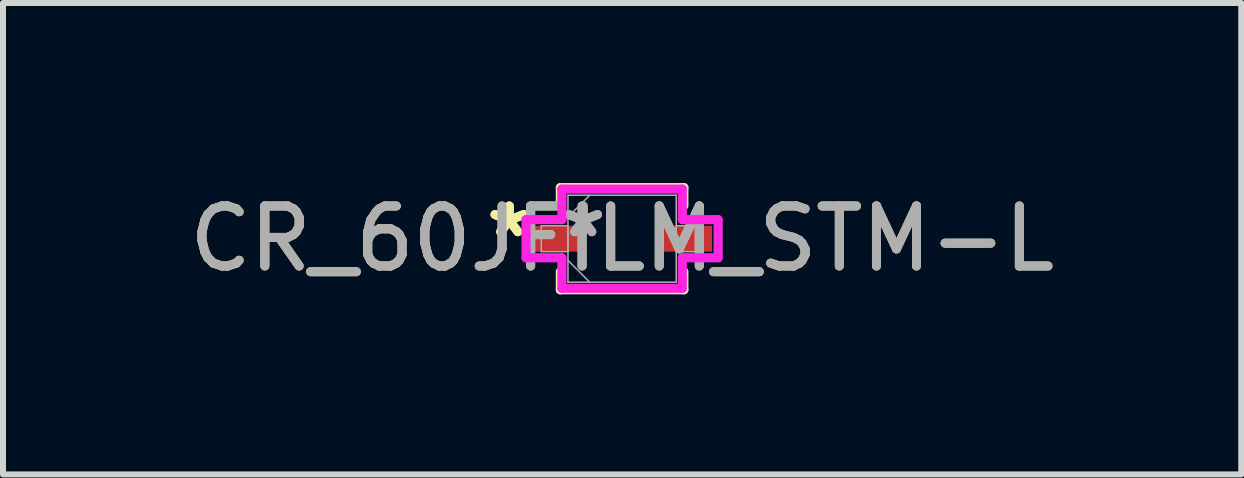
<source format=kicad_pcb>
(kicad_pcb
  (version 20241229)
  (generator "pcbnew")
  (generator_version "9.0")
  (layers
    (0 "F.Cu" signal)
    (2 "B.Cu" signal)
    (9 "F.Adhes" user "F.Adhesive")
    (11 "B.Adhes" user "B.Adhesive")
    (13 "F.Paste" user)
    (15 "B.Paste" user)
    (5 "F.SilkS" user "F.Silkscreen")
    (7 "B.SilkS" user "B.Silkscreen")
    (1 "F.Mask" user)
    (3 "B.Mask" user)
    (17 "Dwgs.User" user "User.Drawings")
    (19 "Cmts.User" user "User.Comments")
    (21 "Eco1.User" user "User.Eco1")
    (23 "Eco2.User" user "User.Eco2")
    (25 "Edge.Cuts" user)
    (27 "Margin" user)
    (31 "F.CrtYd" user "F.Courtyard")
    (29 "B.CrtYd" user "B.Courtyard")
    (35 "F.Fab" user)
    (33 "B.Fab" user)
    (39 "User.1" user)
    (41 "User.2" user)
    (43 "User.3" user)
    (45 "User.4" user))
  (footprint "CR_60JFILM_STM-L"
    (layer "F.Cu")
    (at 7.315 0.927)
    (property "Reference" "CR_60JFILM_STM-L" (at 0 0 0) (unlocked yes) (layer "F.SilkS") (effects (font (size 1 1) (thickness 0.15))))
    (attr smd)
    (fp_line (start -1.029 -0.851) (end -1.029 -0.549) (stroke (width 0.152) (type solid)) (layer "F.SilkS"))
    (fp_line (start -1.029 0.549) (end -1.029 0.851) (stroke (width 0.152) (type solid)) (layer "F.SilkS"))
    (fp_line (start -1.029 0.851) (end 1.029 0.851) (stroke (width 0.152) (type solid)) (layer "F.SilkS"))
    (fp_line (start 1.029 -0.851) (end -1.029 -0.851) (stroke (width 0.152) (type solid)) (layer "F.SilkS"))
    (fp_line (start 1.029 -0.549) (end 1.029 -0.851) (stroke (width 0.152) (type solid)) (layer "F.SilkS"))
    (fp_line (start 1.029 0.851) (end 1.029 0.549) (stroke (width 0.152) (type solid)) (layer "F.SilkS"))
    (fp_line (start -1.6 -0.318) (end -1.003 -0.318) (stroke (width 0.152) (type solid)) (layer "F.CrtYd"))
    (fp_line (start -1.6 0.318) (end -1.6 -0.318) (stroke (width 0.152) (type solid)) (layer "F.CrtYd"))
    (fp_line (start -1.003 -0.826) (end 1.003 -0.826) (stroke (width 0.152) (type solid)) (layer "F.CrtYd"))
    (fp_line (start -1.003 -0.318) (end -1.003 -0.826) (stroke (width 0.152) (type solid)) (layer "F.CrtYd"))
    (fp_line (start -1.003 0.318) (end -1.6 0.318) (stroke (width 0.152) (type solid)) (layer "F.CrtYd"))
    (fp_line (start -1.003 0.826) (end -1.003 0.318) (stroke (width 0.152) (type solid)) (layer "F.CrtYd"))
    (fp_line (start 1.003 -0.826) (end 1.003 -0.318) (stroke (width 0.152) (type solid)) (layer "F.CrtYd"))
    (fp_line (start 1.003 -0.318) (end 1.6 -0.318) (stroke (width 0.152) (type solid)) (layer "F.CrtYd"))
    (fp_line (start 1.003 0.318) (end 1.003 0.826) (stroke (width 0.152) (type solid)) (layer "F.CrtYd"))
    (fp_line (start 1.003 0.826) (end -1.003 0.826) (stroke (width 0.152) (type solid)) (layer "F.CrtYd"))
    (fp_line (start 1.6 -0.318) (end 1.6 0.318) (stroke (width 0.152) (type solid)) (layer "F.CrtYd"))
    (fp_line (start 1.6 0.318) (end 1.003 0.318) (stroke (width 0.152) (type solid)) (layer "F.CrtYd"))
    (fp_line (start -1.346 -0.216) (end -1.346 0.216) (stroke (width 0.025) (type solid)) (layer "F.Fab"))
    (fp_line (start -1.346 0.216) (end -0.902 0.216) (stroke (width 0.025) (type solid)) (layer "F.Fab"))
    (fp_line (start -0.902 -0.724) (end -0.902 0.724) (stroke (width 0.025) (type solid)) (layer "F.Fab"))
    (fp_line (start -0.902 -0.362) (end -0.54 -0.724) (stroke (width 0.025) (type solid)) (layer "F.Fab"))
    (fp_line (start -0.902 -0.216) (end -1.346 -0.216) (stroke (width 0.025) (type solid)) (layer "F.Fab"))
    (fp_line (start -0.902 0.216) (end -0.902 -0.216) (stroke (width 0.025) (type solid)) (layer "F.Fab"))
    (fp_line (start -0.902 0.362) (end -0.54 0.724) (stroke (width 0.025) (type solid)) (layer "F.Fab"))
    (fp_line (start -0.902 0.724) (end 0.902 0.724) (stroke (width 0.025) (type solid)) (layer "F.Fab"))
    (fp_line (start 0.902 -0.724) (end -0.902 -0.724) (stroke (width 0.025) (type solid)) (layer "F.Fab"))
    (fp_line (start 0.902 -0.216) (end 0.902 0.216) (stroke (width 0.025) (type solid)) (layer "F.Fab"))
    (fp_line (start 0.902 0.216) (end 1.346 0.216) (stroke (width 0.025) (type solid)) (layer "F.Fab"))
    (fp_line (start 0.902 0.724) (end 0.902 -0.724) (stroke (width 0.025) (type solid)) (layer "F.Fab"))
    (fp_line (start 1.346 -0.216) (end 0.902 -0.216) (stroke (width 0.025) (type solid)) (layer "F.Fab"))
    (fp_line (start 1.346 0.216) (end 1.346 -0.216) (stroke (width 0.025) (type solid)) (layer "F.Fab"))
    (fp_text user "*" (at -1.88 0 0) (unlocked yes) (layer "F.SilkS") (effects (font (size 1 1) (thickness 0.15))))
    (fp_text user "*" (at -1.88 0 0) (layer "F.SilkS") (effects (font (size 1 1) (thickness 0.15))))
    (fp_text user "*" (at -0.648 0 0) (layer "F.Fab") (effects (font (size 1 1) (thickness 0.15))))
    (fp_text user "${REFERENCE}" (at 0 0 0) (unlocked yes) (layer "F.Fab") (effects (font (size 1 1) (thickness 0.15))))
    (fp_text user "*" (at -0.648 0 0) (unlocked yes) (layer "F.Fab") (effects (font (size 1 1) (thickness 0.15))))
    (pad "1" smd rect (at -1.067 0) (size 0.864 0.432) (layers "F.Cu" "F.Mask" "F.Paste"))
    (pad "2" smd rect (at 1.067 0) (size 0.864 0.432) (layers "F.Cu" "F.Mask" "F.Paste")))
  (gr_rect
    (start -3 -3)
    (end 17.631 4.854)
    (stroke (width 0.1) (type default))
    (fill no)
    (layer "Edge.Cuts")))
</source>
